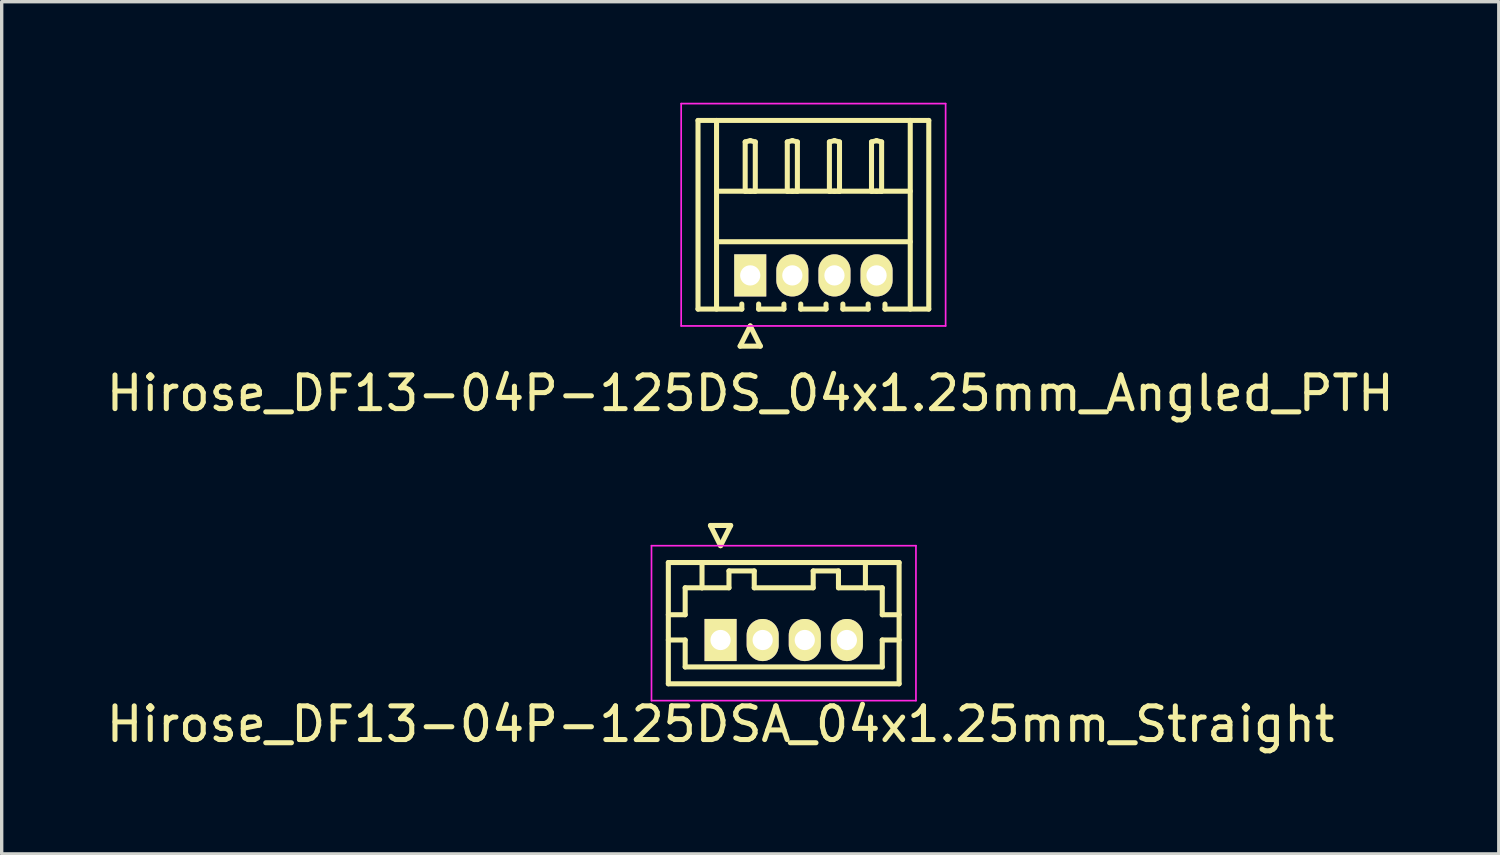
<source format=kicad_pcb>
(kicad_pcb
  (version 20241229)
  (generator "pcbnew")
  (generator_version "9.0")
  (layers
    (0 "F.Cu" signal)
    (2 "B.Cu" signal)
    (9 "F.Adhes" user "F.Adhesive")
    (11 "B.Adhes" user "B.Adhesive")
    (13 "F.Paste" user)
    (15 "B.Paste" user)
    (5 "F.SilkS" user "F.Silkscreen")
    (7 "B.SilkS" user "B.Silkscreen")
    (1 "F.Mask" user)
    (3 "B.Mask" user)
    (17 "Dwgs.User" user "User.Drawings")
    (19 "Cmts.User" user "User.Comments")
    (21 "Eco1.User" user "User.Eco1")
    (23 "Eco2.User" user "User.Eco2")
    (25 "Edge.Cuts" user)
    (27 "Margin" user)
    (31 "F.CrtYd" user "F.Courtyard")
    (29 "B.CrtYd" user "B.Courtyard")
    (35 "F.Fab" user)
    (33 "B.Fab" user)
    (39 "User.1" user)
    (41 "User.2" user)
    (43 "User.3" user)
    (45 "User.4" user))
  (footprint "Hirose_DF13-04P-125DS_04x1.25mm_Angled_PTH"
    (layer "F.Cu")
    (at 19.22 5.125)
    (property "Reference" "Hirose_DF13-04P-125DS_04x1.25mm_Angled_PTH" (at 0 3.5 0) (layer "F.SilkS") (effects (font (size 1 1) (thickness 0.15))))
    (attr through_hole)
    (fp_line (start -1.55 -4.6) (end 5.3 -4.6) (stroke (width 0.15) (type solid)) (layer "F.SilkS"))
    (fp_line (start -1.55 1) (end -1.55 -4.6) (stroke (width 0.15) (type solid)) (layer "F.SilkS"))
    (fp_line (start -1 -4.6) (end -1 1) (stroke (width 0.15) (type solid)) (layer "F.SilkS"))
    (fp_line (start -1 -2.5) (end 4.75 -2.5) (stroke (width 0.15) (type solid)) (layer "F.SilkS"))
    (fp_line (start -1 -1) (end 4.75 -1) (stroke (width 0.15) (type solid)) (layer "F.SilkS"))
    (fp_line (start -0.3 2.1) (end 0.3 2.1) (stroke (width 0.15) (type solid)) (layer "F.SilkS"))
    (fp_line (start -0.25 0.85) (end -0.25 1) (stroke (width 0.15) (type solid)) (layer "F.SilkS"))
    (fp_line (start -0.25 1) (end -1.55 1) (stroke (width 0.15) (type solid)) (layer "F.SilkS"))
    (fp_line (start -0.15 -3.962) (end 0 -4) (stroke (width 0.15) (type solid)) (layer "F.SilkS"))
    (fp_line (start -0.15 -2.5) (end -0.15 -3.962) (stroke (width 0.15) (type solid)) (layer "F.SilkS"))
    (fp_line (start 0 -4) (end 0.15 -3.962) (stroke (width 0.15) (type solid)) (layer "F.SilkS"))
    (fp_line (start 0 -2.5) (end -0.15 -2.5) (stroke (width 0.15) (type solid)) (layer "F.SilkS"))
    (fp_line (start 0 1.5) (end -0.3 2.1) (stroke (width 0.15) (type solid)) (layer "F.SilkS"))
    (fp_line (start 0.15 -3.962) (end 0.15 -2.5) (stroke (width 0.15) (type solid)) (layer "F.SilkS"))
    (fp_line (start 0.15 -2.5) (end 0 -2.5) (stroke (width 0.15) (type solid)) (layer "F.SilkS"))
    (fp_line (start 0.25 0.85) (end 0.25 1) (stroke (width 0.15) (type solid)) (layer "F.SilkS"))
    (fp_line (start 0.25 1) (end 1 1) (stroke (width 0.15) (type solid)) (layer "F.SilkS"))
    (fp_line (start 0.3 2.1) (end 0 1.5) (stroke (width 0.15) (type solid)) (layer "F.SilkS"))
    (fp_line (start 1 1) (end 1 0.85) (stroke (width 0.15) (type solid)) (layer "F.SilkS"))
    (fp_line (start 1.1 -3.962) (end 1.25 -4) (stroke (width 0.15) (type solid)) (layer "F.SilkS"))
    (fp_line (start 1.1 -2.5) (end 1.1 -3.962) (stroke (width 0.15) (type solid)) (layer "F.SilkS"))
    (fp_line (start 1.25 -4) (end 1.4 -3.962) (stroke (width 0.15) (type solid)) (layer "F.SilkS"))
    (fp_line (start 1.25 -2.5) (end 1.1 -2.5) (stroke (width 0.15) (type solid)) (layer "F.SilkS"))
    (fp_line (start 1.4 -3.962) (end 1.4 -2.5) (stroke (width 0.15) (type solid)) (layer "F.SilkS"))
    (fp_line (start 1.4 -2.5) (end 1.25 -2.5) (stroke (width 0.15) (type solid)) (layer "F.SilkS"))
    (fp_line (start 1.5 0.85) (end 1.5 1) (stroke (width 0.15) (type solid)) (layer "F.SilkS"))
    (fp_line (start 1.5 1) (end 2.25 1) (stroke (width 0.15) (type solid)) (layer "F.SilkS"))
    (fp_line (start 2.25 1) (end 2.25 0.85) (stroke (width 0.15) (type solid)) (layer "F.SilkS"))
    (fp_line (start 2.35 -3.962) (end 2.5 -4) (stroke (width 0.15) (type solid)) (layer "F.SilkS"))
    (fp_line (start 2.35 -2.5) (end 2.35 -3.962) (stroke (width 0.15) (type solid)) (layer "F.SilkS"))
    (fp_line (start 2.5 -4) (end 2.65 -3.962) (stroke (width 0.15) (type solid)) (layer "F.SilkS"))
    (fp_line (start 2.5 -2.5) (end 2.35 -2.5) (stroke (width 0.15) (type solid)) (layer "F.SilkS"))
    (fp_line (start 2.65 -3.962) (end 2.65 -2.5) (stroke (width 0.15) (type solid)) (layer "F.SilkS"))
    (fp_line (start 2.65 -2.5) (end 2.5 -2.5) (stroke (width 0.15) (type solid)) (layer "F.SilkS"))
    (fp_line (start 2.75 0.85) (end 2.75 1) (stroke (width 0.15) (type solid)) (layer "F.SilkS"))
    (fp_line (start 2.75 1) (end 3.5 1) (stroke (width 0.15) (type solid)) (layer "F.SilkS"))
    (fp_line (start 3.5 1) (end 3.5 0.85) (stroke (width 0.15) (type solid)) (layer "F.SilkS"))
    (fp_line (start 3.6 -3.962) (end 3.75 -4) (stroke (width 0.15) (type solid)) (layer "F.SilkS"))
    (fp_line (start 3.6 -2.5) (end 3.6 -3.962) (stroke (width 0.15) (type solid)) (layer "F.SilkS"))
    (fp_line (start 3.75 -4) (end 3.9 -3.962) (stroke (width 0.15) (type solid)) (layer "F.SilkS"))
    (fp_line (start 3.75 -2.5) (end 3.6 -2.5) (stroke (width 0.15) (type solid)) (layer "F.SilkS"))
    (fp_line (start 3.9 -3.962) (end 3.9 -2.5) (stroke (width 0.15) (type solid)) (layer "F.SilkS"))
    (fp_line (start 3.9 -2.5) (end 3.75 -2.5) (stroke (width 0.15) (type solid)) (layer "F.SilkS"))
    (fp_line (start 4 1) (end 4 0.85) (stroke (width 0.15) (type solid)) (layer "F.SilkS"))
    (fp_line (start 4.75 -4.6) (end 4.75 1) (stroke (width 0.15) (type solid)) (layer "F.SilkS"))
    (fp_line (start 5.3 -4.6) (end 5.3 1) (stroke (width 0.15) (type solid)) (layer "F.SilkS"))
    (fp_line (start 5.3 1) (end 4 1) (stroke (width 0.15) (type solid)) (layer "F.SilkS"))
    (fp_line (start -2.05 -5.1) (end -2.05 1.5) (stroke (width 0.05) (type solid)) (layer "F.CrtYd"))
    (fp_line (start -2.05 1.5) (end 5.8 1.5) (stroke (width 0.05) (type solid)) (layer "F.CrtYd"))
    (fp_line (start 5.8 -5.1) (end -2.05 -5.1) (stroke (width 0.05) (type solid)) (layer "F.CrtYd"))
    (fp_line (start 5.8 1.5) (end 5.8 -5.1) (stroke (width 0.05) (type solid)) (layer "F.CrtYd"))
    (pad "1" thru_hole rect (at 0 0) (size 0.95 1.25) (drill 0.6) (layers "*.Cu" "*.Mask" "F.SilkS"))
    (pad "2" thru_hole oval (at 1.25 0) (size 0.95 1.25) (drill 0.6) (layers "*.Cu" "*.Mask" "F.SilkS"))
    (pad "3" thru_hole oval (at 2.5 0) (size 0.95 1.25) (drill 0.6) (layers "*.Cu" "*.Mask" "F.SilkS"))
    (pad "4" thru_hole oval (at 3.75 0) (size 0.95 1.25) (drill 0.6) (layers "*.Cu" "*.Mask" "F.SilkS")))
  (footprint "Hirose_DF13-04P-125DSA_04x1.25mm_Straight"
    (layer "F.Cu")
    (at 18.339 15.948)
    (property "Reference" "Hirose_DF13-04P-125DSA_04x1.25mm_Straight" (at 0 2.5 0) (layer "F.SilkS") (effects (font (size 1 1) (thickness 0.15))))
    (attr through_hole)
    (fp_line (start -1.55 -2.3) (end -1.55 1.3) (stroke (width 0.15) (type solid)) (layer "F.SilkS"))
    (fp_line (start -1.55 -0.75) (end -1.05 -0.75) (stroke (width 0.15) (type solid)) (layer "F.SilkS"))
    (fp_line (start -1.55 0) (end -1.05 0) (stroke (width 0.15) (type solid)) (layer "F.SilkS"))
    (fp_line (start -1.55 1.3) (end 5.3 1.3) (stroke (width 0.15) (type solid)) (layer "F.SilkS"))
    (fp_line (start -1.05 -1.55) (end -0.55 -1.55) (stroke (width 0.15) (type solid)) (layer "F.SilkS"))
    (fp_line (start -1.05 -0.75) (end -1.05 -1.55) (stroke (width 0.15) (type solid)) (layer "F.SilkS"))
    (fp_line (start -1.05 0) (end -1.05 0.8) (stroke (width 0.15) (type solid)) (layer "F.SilkS"))
    (fp_line (start -1.05 0.8) (end 4.8 0.8) (stroke (width 0.15) (type solid)) (layer "F.SilkS"))
    (fp_line (start -0.55 -1.55) (end -0.55 -2.3) (stroke (width 0.15) (type solid)) (layer "F.SilkS"))
    (fp_line (start -0.55 -1.55) (end 0.25 -1.55) (stroke (width 0.15) (type solid)) (layer "F.SilkS"))
    (fp_line (start -0.3 -3.4) (end 0.3 -3.4) (stroke (width 0.15) (type solid)) (layer "F.SilkS"))
    (fp_line (start 0 -2.8) (end -0.3 -3.4) (stroke (width 0.15) (type solid)) (layer "F.SilkS"))
    (fp_line (start 0.25 -2.05) (end 1 -2.05) (stroke (width 0.15) (type solid)) (layer "F.SilkS"))
    (fp_line (start 0.25 -1.55) (end 0.25 -2.05) (stroke (width 0.15) (type solid)) (layer "F.SilkS"))
    (fp_line (start 0.3 -3.4) (end 0 -2.8) (stroke (width 0.15) (type solid)) (layer "F.SilkS"))
    (fp_line (start 1 -2.05) (end 1 -1.55) (stroke (width 0.15) (type solid)) (layer "F.SilkS"))
    (fp_line (start 1 -1.55) (end 2.75 -1.55) (stroke (width 0.15) (type solid)) (layer "F.SilkS"))
    (fp_line (start 2.75 -2.05) (end 3.5 -2.05) (stroke (width 0.15) (type solid)) (layer "F.SilkS"))
    (fp_line (start 2.75 -1.55) (end 2.75 -2.05) (stroke (width 0.15) (type solid)) (layer "F.SilkS"))
    (fp_line (start 3.5 -2.05) (end 3.5 -1.55) (stroke (width 0.15) (type solid)) (layer "F.SilkS"))
    (fp_line (start 3.5 -1.55) (end 4.3 -1.55) (stroke (width 0.15) (type solid)) (layer "F.SilkS"))
    (fp_line (start 4.3 -1.55) (end 4.3 -2.3) (stroke (width 0.15) (type solid)) (layer "F.SilkS"))
    (fp_line (start 4.8 -1.55) (end 4.3 -1.55) (stroke (width 0.15) (type solid)) (layer "F.SilkS"))
    (fp_line (start 4.8 -0.75) (end 4.8 -1.55) (stroke (width 0.15) (type solid)) (layer "F.SilkS"))
    (fp_line (start 4.8 0) (end 5.3 0) (stroke (width 0.15) (type solid)) (layer "F.SilkS"))
    (fp_line (start 4.8 0.8) (end 4.8 0) (stroke (width 0.15) (type solid)) (layer "F.SilkS"))
    (fp_line (start 5.3 -2.3) (end -1.55 -2.3) (stroke (width 0.15) (type solid)) (layer "F.SilkS"))
    (fp_line (start 5.3 -0.75) (end 4.8 -0.75) (stroke (width 0.15) (type solid)) (layer "F.SilkS"))
    (fp_line (start 5.3 1.3) (end 5.3 -2.3) (stroke (width 0.15) (type solid)) (layer "F.SilkS"))
    (fp_line (start -2.05 -2.8) (end -2.05 1.8) (stroke (width 0.05) (type solid)) (layer "F.CrtYd"))
    (fp_line (start -2.05 1.8) (end 5.8 1.8) (stroke (width 0.05) (type solid)) (layer "F.CrtYd"))
    (fp_line (start 5.8 -2.8) (end -2.05 -2.8) (stroke (width 0.05) (type solid)) (layer "F.CrtYd"))
    (fp_line (start 5.8 1.8) (end 5.8 -2.8) (stroke (width 0.05) (type solid)) (layer "F.CrtYd"))
    (pad "1" thru_hole rect (at 0 0) (size 0.95 1.25) (drill 0.6) (layers "*.Cu" "*.Mask" "F.SilkS"))
    (pad "2" thru_hole oval (at 1.25 0) (size 0.95 1.25) (drill 0.6) (layers "*.Cu" "*.Mask" "F.SilkS"))
    (pad "3" thru_hole oval (at 2.5 0) (size 0.95 1.25) (drill 0.6) (layers "*.Cu" "*.Mask" "F.SilkS"))
    (pad "4" thru_hole oval (at 3.75 0) (size 0.95 1.25) (drill 0.6) (layers "*.Cu" "*.Mask" "F.SilkS")))
  (gr_rect
    (start -3 -3)
    (end 41.44 22.297)
    (stroke (width 0.1) (type default))
    (fill no)
    (layer "Edge.Cuts")))
</source>
